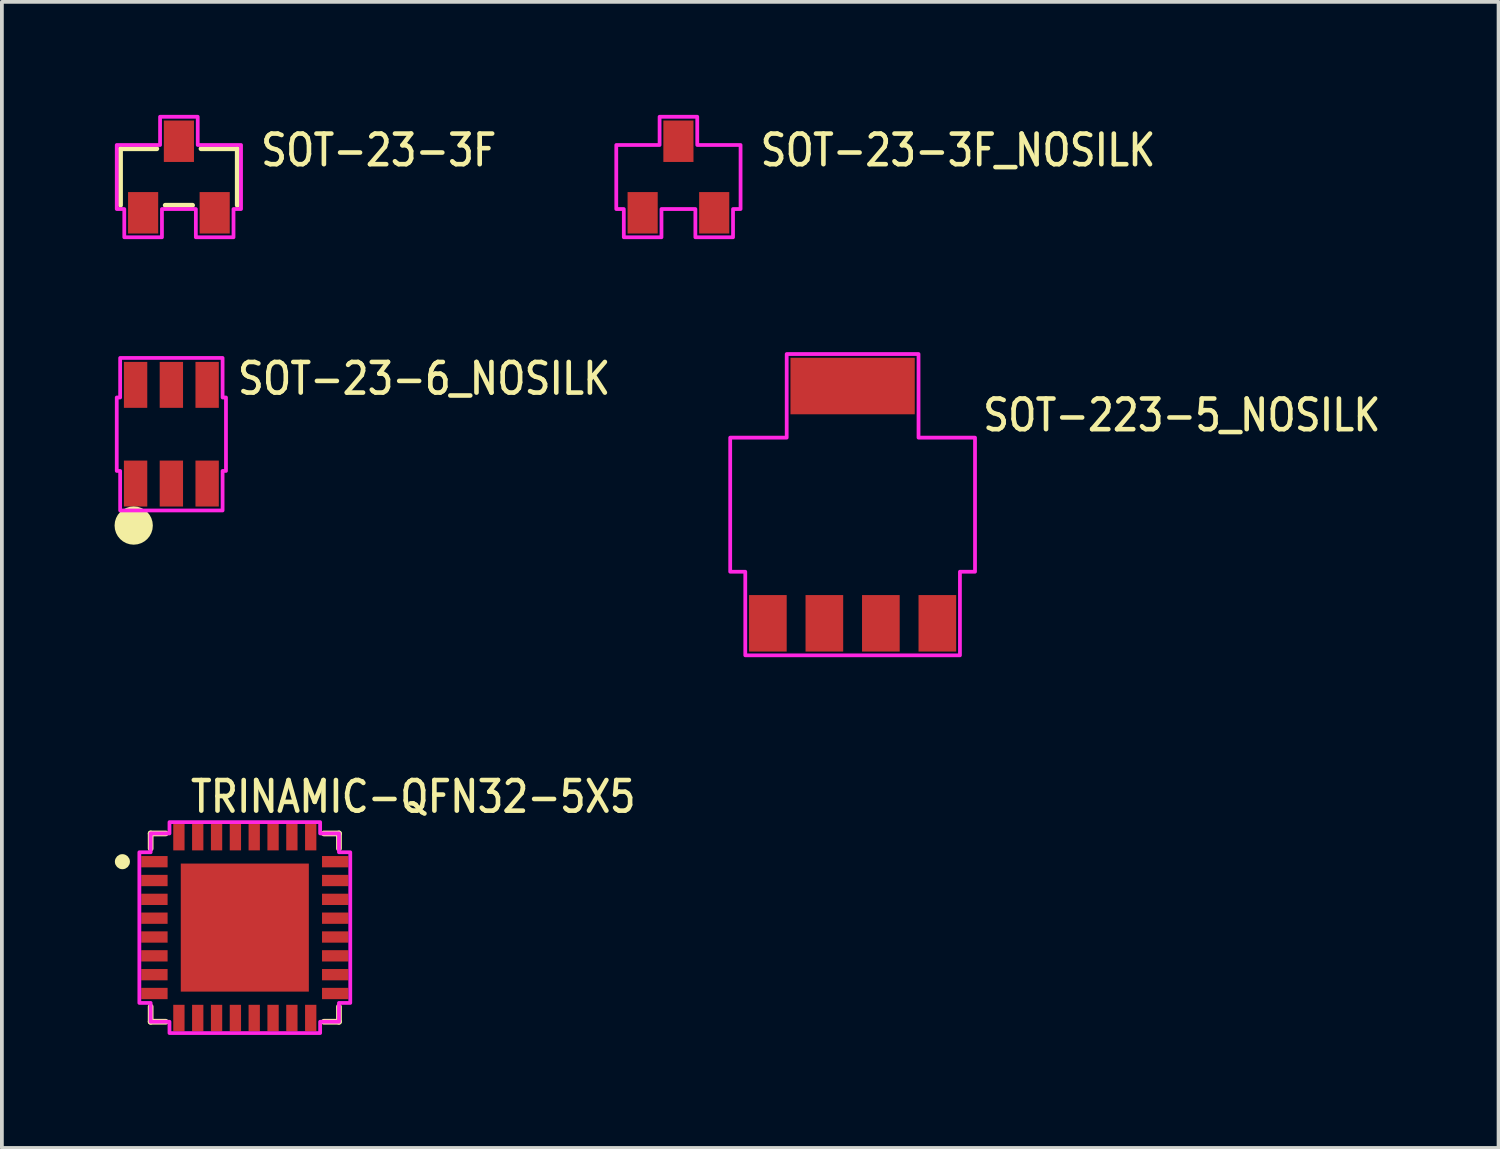
<source format=kicad_pcb>
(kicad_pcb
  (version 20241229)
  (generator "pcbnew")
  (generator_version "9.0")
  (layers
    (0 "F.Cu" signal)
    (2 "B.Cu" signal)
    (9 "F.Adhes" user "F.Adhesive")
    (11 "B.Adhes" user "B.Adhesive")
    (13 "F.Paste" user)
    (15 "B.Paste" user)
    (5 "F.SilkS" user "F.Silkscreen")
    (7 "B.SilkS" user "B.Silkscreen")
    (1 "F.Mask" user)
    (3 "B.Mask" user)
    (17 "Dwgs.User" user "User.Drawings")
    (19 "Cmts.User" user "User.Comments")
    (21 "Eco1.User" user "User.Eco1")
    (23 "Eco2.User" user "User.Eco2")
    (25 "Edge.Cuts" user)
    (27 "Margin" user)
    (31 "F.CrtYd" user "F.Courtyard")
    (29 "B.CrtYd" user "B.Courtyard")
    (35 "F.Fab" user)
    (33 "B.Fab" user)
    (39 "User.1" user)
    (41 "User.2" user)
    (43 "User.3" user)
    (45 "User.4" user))
  (footprint "TRINAMIC-QFN32-5X5"
    (layer "F.Cu")
    (at 3.45 21.579)
    (property "Reference" "TRINAMIC-QFN32-5X5" (at -1.5 -3 0) (unlocked yes) (layer "F.SilkS") (effects (font (size 0.813 0.695) (thickness 0.122)) (justify left bottom)))
    (fp_line (start -2.5 -2.5) (end -2.5 -2.099) (stroke (width 0.152) (type solid)) (layer "F.SilkS"))
    (fp_line (start -2.5 2.099) (end -2.5 2.5) (stroke (width 0.152) (type solid)) (layer "F.SilkS"))
    (fp_line (start -2.5 2.5) (end -2.099 2.5) (stroke (width 0.152) (type solid)) (layer "F.SilkS"))
    (fp_line (start -2.099 -2.5) (end -2.5 -2.5) (stroke (width 0.152) (type solid)) (layer "F.SilkS"))
    (fp_line (start 2.099 2.5) (end 2.5 2.5) (stroke (width 0.152) (type solid)) (layer "F.SilkS"))
    (fp_line (start 2.5 -2.5) (end 2.099 -2.5) (stroke (width 0.152) (type solid)) (layer "F.SilkS"))
    (fp_line (start 2.5 -2.099) (end 2.5 -2.5) (stroke (width 0.152) (type solid)) (layer "F.SilkS"))
    (fp_line (start 2.5 2.5) (end 2.5 2.099) (stroke (width 0.152) (type solid)) (layer "F.SilkS"))
    (fp_circle (center -3.25 -1.75) (end -3.15 -1.75) (stroke (width 0.2) (type solid)) (fill no) (layer "F.SilkS"))
    (fp_poly (pts (xy -2.5 -2.5) (xy -2 -2.5) (xy -2 -2.8) (xy 2 -2.8) (xy 2 -2.5) (xy 2.5 -2.5) (xy 2.5 -2) (xy 2.8 -2) (xy 2.8 2) (xy 2.5 2) (xy 2.5 2.5) (xy 2 2.5) (xy 2 2.8) (xy -2 2.8) (xy -2 2.5) (xy -2.5 2.5) (xy -2.5 2) (xy -2.8 2) (xy -2.8 -2) (xy -2.5 -2)) (stroke (width 0.1) (type solid)) (fill no) (layer "F.CrtYd"))
    (pad "1" smd rect (at -2.4 -1.75) (size 0.7 0.3) (layers "F.Cu" "F.Mask" "F.Paste"))
    (pad "2" smd rect (at -2.4 -1.25) (size 0.7 0.3) (layers "F.Cu" "F.Mask" "F.Paste"))
    (pad "3" smd rect (at -2.4 -0.75) (size 0.7 0.3) (layers "F.Cu" "F.Mask" "F.Paste"))
    (pad "4" smd rect (at -2.4 -0.25) (size 0.7 0.3) (layers "F.Cu" "F.Mask" "F.Paste"))
    (pad "5" smd rect (at -2.4 0.25) (size 0.7 0.3) (layers "F.Cu" "F.Mask" "F.Paste"))
    (pad "6" smd rect (at -2.4 0.75) (size 0.7 0.3) (layers "F.Cu" "F.Mask" "F.Paste"))
    (pad "7" smd rect (at -2.4 1.25) (size 0.7 0.3) (layers "F.Cu" "F.Mask" "F.Paste"))
    (pad "8" smd rect (at -2.4 1.75) (size 0.7 0.3) (layers "F.Cu" "F.Mask" "F.Paste"))
    (pad "9" smd rect (at -1.75 2.4 270) (size 0.7 0.3) (layers "F.Cu" "F.Mask" "F.Paste"))
    (pad "10" smd rect (at -1.25 2.4 270) (size 0.7 0.3) (layers "F.Cu" "F.Mask" "F.Paste"))
    (pad "11" smd rect (at -0.75 2.4 270) (size 0.7 0.3) (layers "F.Cu" "F.Mask" "F.Paste"))
    (pad "12" smd rect (at -0.25 2.4 270) (size 0.7 0.3) (layers "F.Cu" "F.Mask" "F.Paste"))
    (pad "13" smd rect (at 0.25 2.4 270) (size 0.7 0.3) (layers "F.Cu" "F.Mask" "F.Paste"))
    (pad "14" smd rect (at 0.75 2.4 270) (size 0.7 0.3) (layers "F.Cu" "F.Mask" "F.Paste"))
    (pad "15" smd rect (at 1.25 2.4 270) (size 0.7 0.3) (layers "F.Cu" "F.Mask" "F.Paste"))
    (pad "16" smd rect (at 1.75 2.4 270) (size 0.7 0.3) (layers "F.Cu" "F.Mask" "F.Paste"))
    (pad "17" smd rect (at 2.4 1.75 180) (size 0.7 0.3) (layers "F.Cu" "F.Mask" "F.Paste"))
    (pad "18" smd rect (at 2.4 1.25 180) (size 0.7 0.3) (layers "F.Cu" "F.Mask" "F.Paste"))
    (pad "19" smd rect (at 2.4 0.75 180) (size 0.7 0.3) (layers "F.Cu" "F.Mask" "F.Paste"))
    (pad "20" smd rect (at 2.4 0.25 180) (size 0.7 0.3) (layers "F.Cu" "F.Mask" "F.Paste"))
    (pad "21" smd rect (at 2.4 -0.25 180) (size 0.7 0.3) (layers "F.Cu" "F.Mask" "F.Paste"))
    (pad "22" smd rect (at 2.4 -0.75 180) (size 0.7 0.3) (layers "F.Cu" "F.Mask" "F.Paste"))
    (pad "23" smd rect (at 2.4 -1.25 180) (size 0.7 0.3) (layers "F.Cu" "F.Mask" "F.Paste"))
    (pad "24" smd rect (at 2.4 -1.75 180) (size 0.7 0.3) (layers "F.Cu" "F.Mask" "F.Paste"))
    (pad "25" smd rect (at 1.75 -2.4 90) (size 0.7 0.3) (layers "F.Cu" "F.Mask" "F.Paste"))
    (pad "26" smd rect (at 1.25 -2.4 90) (size 0.7 0.3) (layers "F.Cu" "F.Mask" "F.Paste"))
    (pad "27" smd rect (at 0.75 -2.4 90) (size 0.7 0.3) (layers "F.Cu" "F.Mask" "F.Paste"))
    (pad "28" smd rect (at 0.25 -2.4 90) (size 0.7 0.3) (layers "F.Cu" "F.Mask" "F.Paste"))
    (pad "29" smd rect (at -0.25 -2.4 90) (size 0.7 0.3) (layers "F.Cu" "F.Mask" "F.Paste"))
    (pad "30" smd rect (at -0.75 -2.4 90) (size 0.7 0.3) (layers "F.Cu" "F.Mask" "F.Paste"))
    (pad "31" smd rect (at -1.25 -2.4 90) (size 0.7 0.3) (layers "F.Cu" "F.Mask" "F.Paste"))
    (pad "32" smd rect (at -1.75 -2.4 90) (size 0.7 0.3) (layers "F.Cu" "F.Mask" "F.Paste"))
    (pad "33" smd rect (at 0 0) (size 3.4 3.4) (layers "F.Cu" "F.Mask" "F.Paste")))
  (footprint "SOT-23-6_NOSILK"
    (layer "F.Cu")
    (at 1.5 8.479)
    (property "Reference" "SOT-23-6_NOSILK" (at 1.7 -1 0) (unlocked yes) (layer "F.SilkS") (effects (font (size 0.813 0.695) (thickness 0.122)) (justify left bottom)))
    (fp_circle (center -1 2.425) (end -1 2.425) (stroke (width 0.508) (type solid)) (fill no) (layer "F.SilkS"))
    (fp_poly (pts (xy -1.36 -2.025) (xy 1.36 -2.025) (xy 1.36 -0.975) (xy 1.45 -0.975) (xy 1.45 0.975) (xy 1.36 0.975) (xy 1.36 2.025) (xy -1.36 2.025) (xy -1.36 0.975) (xy -1.45 0.975) (xy -1.45 -0.975) (xy -1.36 -0.975)) (stroke (width 0.1) (type solid)) (fill no) (layer "F.CrtYd"))
    (pad "1" smd rect (at -0.95 1.31) (size 0.62 1.22) (layers "F.Cu" "F.Mask" "F.Paste"))
    (pad "2" smd rect (at 0 1.31) (size 0.62 1.22) (layers "F.Cu" "F.Mask" "F.Paste"))
    (pad "3" smd rect (at 0.95 1.31) (size 0.62 1.22) (layers "F.Cu" "F.Mask" "F.Paste"))
    (pad "4" smd rect (at 0.95 -1.31) (size 0.62 1.22) (layers "F.Cu" "F.Mask" "F.Paste"))
    (pad "5" smd rect (at 0 -1.31) (size 0.62 1.22) (layers "F.Cu" "F.Mask" "F.Paste"))
    (pad "6" smd rect (at -0.95 -1.31) (size 0.62 1.22) (layers "F.Cu" "F.Mask" "F.Paste")))
  (footprint "SOT-23-3F_NOSILK"
    (layer "F.Cu")
    (at 14.963 1.65)
    (property "Reference" "SOT-23-3F_NOSILK" (at 2.115 -0.235 0) (unlocked yes) (layer "F.SilkS") (effects (font (size 0.813 0.695) (thickness 0.122)) (justify left bottom)))
    (fp_poly (pts (xy -0.5 -0.85) (xy -0.5 -1.6) (xy 0.5 -1.6) (xy 0.5 -0.85) (xy 1.65 -0.85) (xy 1.65 0.85) (xy 1.45 0.85) (xy 1.45 1.6) (xy 0.45 1.6) (xy 0.45 0.85) (xy -0.45 0.85) (xy -0.45 1.6) (xy -1.45 1.6) (xy -1.45 0.85) (xy -1.65 0.85) (xy -1.65 -0.85)) (stroke (width 0.1) (type solid)) (fill no) (layer "F.CrtYd"))
    (pad "1" smd rect (at -0.95 0.95) (size 0.8 1.1) (layers "F.Cu" "F.Mask" "F.Paste"))
    (pad "2" smd rect (at 0.95 0.95) (size 0.8 1.1) (layers "F.Cu" "F.Mask" "F.Paste"))
    (pad "3" smd rect (at 0 -0.95) (size 0.8 1.1) (layers "F.Cu" "F.Mask" "F.Paste")))
  (footprint "SOT-23-3F"
    (layer "F.Cu")
    (at 1.7 1.65)
    (property "Reference" "SOT-23-3F" (at 2.115 -0.235 0) (unlocked yes) (layer "F.SilkS") (effects (font (size 0.813 0.695) (thickness 0.122)) (justify left bottom)))
    (fp_line (start -1.55 -0.75) (end -1.55 0.75) (stroke (width 0.127) (type solid)) (layer "F.SilkS"))
    (fp_line (start -0.587 -0.75) (end -1.55 -0.75) (stroke (width 0.127) (type solid)) (layer "F.SilkS"))
    (fp_line (start -0.363 0.75) (end 0.363 0.75) (stroke (width 0.127) (type solid)) (layer "F.SilkS"))
    (fp_line (start 0.587 -0.75) (end 1.55 -0.75) (stroke (width 0.127) (type solid)) (layer "F.SilkS"))
    (fp_line (start 1.55 -0.75) (end 1.55 0.75) (stroke (width 0.127) (type solid)) (layer "F.SilkS"))
    (fp_poly (pts (xy -0.5 -0.85) (xy -0.5 -1.6) (xy 0.5 -1.6) (xy 0.5 -0.85) (xy 1.65 -0.85) (xy 1.65 0.85) (xy 1.45 0.85) (xy 1.45 1.6) (xy 0.45 1.6) (xy 0.45 0.85) (xy -0.45 0.85) (xy -0.45 1.6) (xy -1.45 1.6) (xy -1.45 0.85) (xy -1.65 0.85) (xy -1.65 -0.85)) (stroke (width 0.1) (type solid)) (fill no) (layer "F.CrtYd"))
    (pad "1" smd rect (at -0.95 0.95) (size 0.8 1.1) (layers "F.Cu" "F.Mask" "F.Paste"))
    (pad "2" smd rect (at 0.95 0.95) (size 0.8 1.1) (layers "F.Cu" "F.Mask" "F.Paste"))
    (pad "3" smd rect (at 0 -0.95) (size 0.8 1.1) (layers "F.Cu" "F.Mask" "F.Paste")))
  (footprint "SOT-223-5_NOSILK"
    (layer "F.Cu")
    (at 19.588 10.35)
    (property "Reference" "SOT-223-5_NOSILK" (at 3.4 -1.9 0) (unlocked yes) (layer "F.SilkS") (effects (font (size 0.813 0.695) (thickness 0.122)) (justify left bottom)))
    (fp_poly (pts (xy -1.75 -4) (xy 1.75 -4) (xy 1.75 -1.78) (xy 3.25 -1.78) (xy 3.25 1.78) (xy 2.85 1.78) (xy 2.85 4) (xy -2.85 4) (xy -2.85 1.78) (xy -3.25 1.78) (xy -3.25 -1.78) (xy -1.75 -1.78)) (stroke (width 0.1) (type solid)) (fill no) (layer "F.CrtYd"))
    (pad "1" smd rect (at -2.25 3.15) (size 1 1.5) (layers "F.Cu" "F.Mask" "F.Paste"))
    (pad "2" smd rect (at -0.75 3.15) (size 1 1.5) (layers "F.Cu" "F.Mask" "F.Paste"))
    (pad "3" smd rect (at 0.75 3.15) (size 1 1.5) (layers "F.Cu" "F.Mask" "F.Paste"))
    (pad "4" smd rect (at 2.25 3.15) (size 1 1.5) (layers "F.Cu" "F.Mask" "F.Paste"))
    (pad "5" smd rect (at 0 -3.15) (size 3.3 1.5) (layers "F.Cu" "F.Mask" "F.Paste")))
  (gr_rect
    (start -3 -3)
    (end 36.739 27.429)
    (stroke (width 0.1) (type default))
    (fill no)
    (layer "Edge.Cuts")))
</source>
